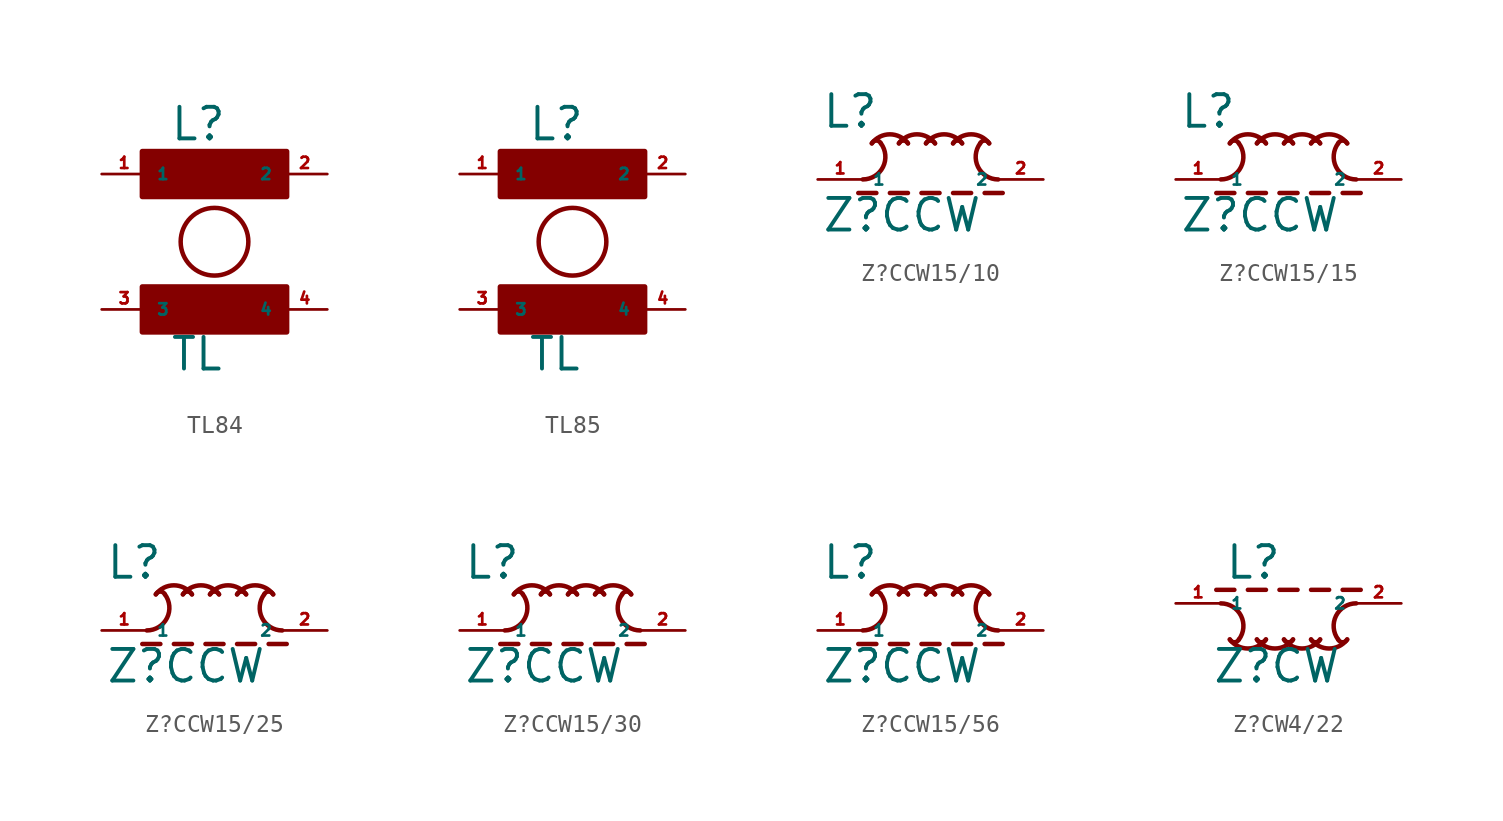
<source format=kicad_sym>
(kicad_symbol_lib
  (version 20220914)
  (generator kicad_symbol_editor)
  (symbol "TL84"
    (property "Reference" "L"
      (at -1.27 6.858 0)
      (effects (font (size 1.778 1.778) (thickness 0.22)) (justify left bottom)))
    (property "Value" "TL"
      (at -1.27 -6.096 0)
      (effects (font (size 1.778 1.778) (thickness 0.22)) (justify left bottom)))
    (symbol "TL84_1_1"
      (rectangle (start -2.794 -3.81) (end 5.334 -1.27) (stroke (width 0.3) (type default)) (fill (type outline)))
      (rectangle (start -2.794 3.81) (end 5.334 6.35) (stroke (width 0.3) (type default)) (fill (type outline)))
      (circle (center 1.27 1.27) (radius 1.905) (stroke (width 0.254) (type default)) (fill (type none)))
      (pin passive line (at -5.08 5.08 0) (length 2.54) (name "1" (effects (font (size 0.635 0.635)))) (number "1" (effects (font (size 0.635 0.635)))))
      (pin passive line (at 7.62 5.08 180) (length 2.54) (name "2" (effects (font (size 0.635 0.635)))) (number "2" (effects (font (size 0.635 0.635)))))
      (pin passive line (at -5.08 -2.54 0) (length 2.54) (name "3" (effects (font (size 0.635 0.635)))) (number "3" (effects (font (size 0.635 0.635)))))
      (pin passive line (at 7.62 -2.54 180) (length 2.54) (name "4" (effects (font (size 0.635 0.635)))) (number "4" (effects (font (size 0.635 0.635)))))))
  (symbol "TL85"
    (property "Reference" "L"
      (at -1.27 6.858 0)
      (effects (font (size 1.778 1.778) (thickness 0.22)) (justify left bottom)))
    (property "Value" "TL"
      (at -1.27 -6.096 0)
      (effects (font (size 1.778 1.778) (thickness 0.22)) (justify left bottom)))
    (symbol "TL85_1_1"
      (rectangle (start -2.794 -3.81) (end 5.334 -1.27) (stroke (width 0.3) (type default)) (fill (type outline)))
      (rectangle (start -2.794 3.81) (end 5.334 6.35) (stroke (width 0.3) (type default)) (fill (type outline)))
      (circle (center 1.27 1.27) (radius 1.905) (stroke (width 0.254) (type default)) (fill (type none)))
      (pin passive line (at -5.08 5.08 0) (length 2.54) (name "1" (effects (font (size 0.635 0.635)))) (number "1" (effects (font (size 0.635 0.635)))))
      (pin passive line (at 7.62 5.08 180) (length 2.54) (name "2" (effects (font (size 0.635 0.635)))) (number "2" (effects (font (size 0.635 0.635)))))
      (pin passive line (at -5.08 -2.54 0) (length 2.54) (name "3" (effects (font (size 0.635 0.635)))) (number "3" (effects (font (size 0.635 0.635)))))
      (pin passive line (at 7.62 -2.54 180) (length 2.54) (name "4" (effects (font (size 0.635 0.635)))) (number "4" (effects (font (size 0.635 0.635)))))))
  (symbol "Z?CCW15/10"
    (property "Reference" "L"
      (at -4.88 2.794 0)
      (effects (font (size 1.778 1.778) (thickness 0.22)) (justify left bottom)))
    (property "Value" "Z?CCW"
      (at -4.88 -3.048 0)
      (effects (font (size 1.778 1.778) (thickness 0.22)) (justify left bottom)))
    (symbol "Z?CCW15/10_1_1"
      (arc (start -2.54 0) (mid -1.404 0.702) (end -1.524 2.032) (stroke (width 0.254) (type default)) (fill (type none)))
      (arc (start -1.524 2.032) (mid -1.778 2.189) (end -2.032 2.032) (stroke (width 0.254) (type default)) (fill (type none)))
      (polyline (pts (xy -2.794 -0.762) (xy -1.778 -0.762)) (stroke (width 0.254) (type default)) (fill (type none)))
      (polyline (pts (xy -1.016 -0.762) (xy 0 -0.762)) (stroke (width 0.254) (type default)) (fill (type none)))
      (polyline (pts (xy 0.762 -0.762) (xy 1.778 -0.762)) (stroke (width 0.254) (type default)) (fill (type none)))
      (polyline (pts (xy 2.54 -0.762) (xy 3.556 -0.762)) (stroke (width 0.254) (type default)) (fill (type none)))
      (polyline (pts (xy 4.318 -0.762) (xy 5.334 -0.762)) (stroke (width 0.254) (type default)) (fill (type none)))
      (arc (start 0 2.032) (mid -1.016 2.54) (end -2.032 2.032) (stroke (width 0.254) (type default)) (fill (type none)))
      (arc (start 0 2.032) (mid -0.254 2.189) (end -0.508 2.032) (stroke (width 0.254) (type default)) (fill (type none)))
      (arc (start 1.524 2.032) (mid 0.508 2.54) (end -0.508 2.032) (stroke (width 0.254) (type default)) (fill (type none)))
      (arc (start 1.524 2.032) (mid 1.27 2.189) (end 1.016 2.032) (stroke (width 0.254) (type default)) (fill (type none)))
      (arc (start 3.048 2.032) (mid 2.032 2.54) (end 1.016 2.032) (stroke (width 0.254) (type default)) (fill (type none)))
      (arc (start 3.048 2.032) (mid 2.794 2.189) (end 2.54 2.032) (stroke (width 0.254) (type default)) (fill (type none)))
      (arc (start 4.064 2.032) (mid 3.944 0.702) (end 5.08 0) (stroke (width 0.254) (type default)) (fill (type none)))
      (arc (start 4.572 2.032) (mid 3.556 2.54) (end 2.54 2.032) (stroke (width 0.254) (type default)) (fill (type none)))
      (arc (start 4.572 2.032) (mid 4.318 2.189) (end 4.064 2.032) (stroke (width 0.254) (type default)) (fill (type none)))
      (pin passive line (at -5.08 0 0) (length 2.54) (name "1" (effects (font (size 0.635 0.635)))) (number "1" (effects (font (size 0.635 0.635)))))
      (pin passive line (at 7.62 0 180) (length 2.54) (name "2" (effects (font (size 0.635 0.635)))) (number "2" (effects (font (size 0.635 0.635)))))))
  (symbol "Z?CCW15/15"
    (property "Reference" "L"
      (at -4.88 2.794 0)
      (effects (font (size 1.778 1.778) (thickness 0.22)) (justify left bottom)))
    (property "Value" "Z?CCW"
      (at -4.88 -3.048 0)
      (effects (font (size 1.778 1.778) (thickness 0.22)) (justify left bottom)))
    (symbol "Z?CCW15/15_1_1"
      (arc (start -2.54 0) (mid -1.404 0.702) (end -1.524 2.032) (stroke (width 0.254) (type default)) (fill (type none)))
      (arc (start -1.524 2.032) (mid -1.778 2.189) (end -2.032 2.032) (stroke (width 0.254) (type default)) (fill (type none)))
      (polyline (pts (xy -2.794 -0.762) (xy -1.778 -0.762)) (stroke (width 0.254) (type default)) (fill (type none)))
      (polyline (pts (xy -1.016 -0.762) (xy 0 -0.762)) (stroke (width 0.254) (type default)) (fill (type none)))
      (polyline (pts (xy 0.762 -0.762) (xy 1.778 -0.762)) (stroke (width 0.254) (type default)) (fill (type none)))
      (polyline (pts (xy 2.54 -0.762) (xy 3.556 -0.762)) (stroke (width 0.254) (type default)) (fill (type none)))
      (polyline (pts (xy 4.318 -0.762) (xy 5.334 -0.762)) (stroke (width 0.254) (type default)) (fill (type none)))
      (arc (start 0 2.032) (mid -1.016 2.54) (end -2.032 2.032) (stroke (width 0.254) (type default)) (fill (type none)))
      (arc (start 0 2.032) (mid -0.254 2.189) (end -0.508 2.032) (stroke (width 0.254) (type default)) (fill (type none)))
      (arc (start 1.524 2.032) (mid 0.508 2.54) (end -0.508 2.032) (stroke (width 0.254) (type default)) (fill (type none)))
      (arc (start 1.524 2.032) (mid 1.27 2.189) (end 1.016 2.032) (stroke (width 0.254) (type default)) (fill (type none)))
      (arc (start 3.048 2.032) (mid 2.032 2.54) (end 1.016 2.032) (stroke (width 0.254) (type default)) (fill (type none)))
      (arc (start 3.048 2.032) (mid 2.794 2.189) (end 2.54 2.032) (stroke (width 0.254) (type default)) (fill (type none)))
      (arc (start 4.064 2.032) (mid 3.944 0.702) (end 5.08 0) (stroke (width 0.254) (type default)) (fill (type none)))
      (arc (start 4.572 2.032) (mid 3.556 2.54) (end 2.54 2.032) (stroke (width 0.254) (type default)) (fill (type none)))
      (arc (start 4.572 2.032) (mid 4.318 2.189) (end 4.064 2.032) (stroke (width 0.254) (type default)) (fill (type none)))
      (pin passive line (at -5.08 0 0) (length 2.54) (name "1" (effects (font (size 0.635 0.635)))) (number "1" (effects (font (size 0.635 0.635)))))
      (pin passive line (at 7.62 0 180) (length 2.54) (name "2" (effects (font (size 0.635 0.635)))) (number "2" (effects (font (size 0.635 0.635)))))))
  (symbol "Z?CCW15/25"
    (property "Reference" "L"
      (at -4.88 2.794 0)
      (effects (font (size 1.778 1.778) (thickness 0.22)) (justify left bottom)))
    (property "Value" "Z?CCW"
      (at -4.88 -3.048 0)
      (effects (font (size 1.778 1.778) (thickness 0.22)) (justify left bottom)))
    (symbol "Z?CCW15/25_1_1"
      (arc (start -2.54 0) (mid -1.404 0.702) (end -1.524 2.032) (stroke (width 0.254) (type default)) (fill (type none)))
      (arc (start -1.524 2.032) (mid -1.778 2.189) (end -2.032 2.032) (stroke (width 0.254) (type default)) (fill (type none)))
      (polyline (pts (xy -2.794 -0.762) (xy -1.778 -0.762)) (stroke (width 0.254) (type default)) (fill (type none)))
      (polyline (pts (xy -1.016 -0.762) (xy 0 -0.762)) (stroke (width 0.254) (type default)) (fill (type none)))
      (polyline (pts (xy 0.762 -0.762) (xy 1.778 -0.762)) (stroke (width 0.254) (type default)) (fill (type none)))
      (polyline (pts (xy 2.54 -0.762) (xy 3.556 -0.762)) (stroke (width 0.254) (type default)) (fill (type none)))
      (polyline (pts (xy 4.318 -0.762) (xy 5.334 -0.762)) (stroke (width 0.254) (type default)) (fill (type none)))
      (arc (start 0 2.032) (mid -1.016 2.54) (end -2.032 2.032) (stroke (width 0.254) (type default)) (fill (type none)))
      (arc (start 0 2.032) (mid -0.254 2.189) (end -0.508 2.032) (stroke (width 0.254) (type default)) (fill (type none)))
      (arc (start 1.524 2.032) (mid 0.508 2.54) (end -0.508 2.032) (stroke (width 0.254) (type default)) (fill (type none)))
      (arc (start 1.524 2.032) (mid 1.27 2.189) (end 1.016 2.032) (stroke (width 0.254) (type default)) (fill (type none)))
      (arc (start 3.048 2.032) (mid 2.032 2.54) (end 1.016 2.032) (stroke (width 0.254) (type default)) (fill (type none)))
      (arc (start 3.048 2.032) (mid 2.794 2.189) (end 2.54 2.032) (stroke (width 0.254) (type default)) (fill (type none)))
      (arc (start 4.064 2.032) (mid 3.944 0.702) (end 5.08 0) (stroke (width 0.254) (type default)) (fill (type none)))
      (arc (start 4.572 2.032) (mid 3.556 2.54) (end 2.54 2.032) (stroke (width 0.254) (type default)) (fill (type none)))
      (arc (start 4.572 2.032) (mid 4.318 2.189) (end 4.064 2.032) (stroke (width 0.254) (type default)) (fill (type none)))
      (pin passive line (at -5.08 0 0) (length 2.54) (name "1" (effects (font (size 0.635 0.635)))) (number "1" (effects (font (size 0.635 0.635)))))
      (pin passive line (at 7.62 0 180) (length 2.54) (name "2" (effects (font (size 0.635 0.635)))) (number "2" (effects (font (size 0.635 0.635)))))))
  (symbol "Z?CCW15/30"
    (property "Reference" "L"
      (at -4.88 2.794 0)
      (effects (font (size 1.778 1.778) (thickness 0.22)) (justify left bottom)))
    (property "Value" "Z?CCW"
      (at -4.88 -3.048 0)
      (effects (font (size 1.778 1.778) (thickness 0.22)) (justify left bottom)))
    (symbol "Z?CCW15/30_1_1"
      (arc (start -2.54 0) (mid -1.404 0.702) (end -1.524 2.032) (stroke (width 0.254) (type default)) (fill (type none)))
      (arc (start -1.524 2.032) (mid -1.778 2.189) (end -2.032 2.032) (stroke (width 0.254) (type default)) (fill (type none)))
      (polyline (pts (xy -2.794 -0.762) (xy -1.778 -0.762)) (stroke (width 0.254) (type default)) (fill (type none)))
      (polyline (pts (xy -1.016 -0.762) (xy 0 -0.762)) (stroke (width 0.254) (type default)) (fill (type none)))
      (polyline (pts (xy 0.762 -0.762) (xy 1.778 -0.762)) (stroke (width 0.254) (type default)) (fill (type none)))
      (polyline (pts (xy 2.54 -0.762) (xy 3.556 -0.762)) (stroke (width 0.254) (type default)) (fill (type none)))
      (polyline (pts (xy 4.318 -0.762) (xy 5.334 -0.762)) (stroke (width 0.254) (type default)) (fill (type none)))
      (arc (start 0 2.032) (mid -1.016 2.54) (end -2.032 2.032) (stroke (width 0.254) (type default)) (fill (type none)))
      (arc (start 0 2.032) (mid -0.254 2.189) (end -0.508 2.032) (stroke (width 0.254) (type default)) (fill (type none)))
      (arc (start 1.524 2.032) (mid 0.508 2.54) (end -0.508 2.032) (stroke (width 0.254) (type default)) (fill (type none)))
      (arc (start 1.524 2.032) (mid 1.27 2.189) (end 1.016 2.032) (stroke (width 0.254) (type default)) (fill (type none)))
      (arc (start 3.048 2.032) (mid 2.032 2.54) (end 1.016 2.032) (stroke (width 0.254) (type default)) (fill (type none)))
      (arc (start 3.048 2.032) (mid 2.794 2.189) (end 2.54 2.032) (stroke (width 0.254) (type default)) (fill (type none)))
      (arc (start 4.064 2.032) (mid 3.944 0.702) (end 5.08 0) (stroke (width 0.254) (type default)) (fill (type none)))
      (arc (start 4.572 2.032) (mid 3.556 2.54) (end 2.54 2.032) (stroke (width 0.254) (type default)) (fill (type none)))
      (arc (start 4.572 2.032) (mid 4.318 2.189) (end 4.064 2.032) (stroke (width 0.254) (type default)) (fill (type none)))
      (pin passive line (at -5.08 0 0) (length 2.54) (name "1" (effects (font (size 0.635 0.635)))) (number "1" (effects (font (size 0.635 0.635)))))
      (pin passive line (at 7.62 0 180) (length 2.54) (name "2" (effects (font (size 0.635 0.635)))) (number "2" (effects (font (size 0.635 0.635)))))))
  (symbol "Z?CCW15/56"
    (property "Reference" "L"
      (at -4.88 2.794 0)
      (effects (font (size 1.778 1.778) (thickness 0.22)) (justify left bottom)))
    (property "Value" "Z?CCW"
      (at -4.88 -3.048 0)
      (effects (font (size 1.778 1.778) (thickness 0.22)) (justify left bottom)))
    (symbol "Z?CCW15/56_1_1"
      (arc (start -2.54 0) (mid -1.404 0.702) (end -1.524 2.032) (stroke (width 0.254) (type default)) (fill (type none)))
      (arc (start -1.524 2.032) (mid -1.778 2.189) (end -2.032 2.032) (stroke (width 0.254) (type default)) (fill (type none)))
      (polyline (pts (xy -2.794 -0.762) (xy -1.778 -0.762)) (stroke (width 0.254) (type default)) (fill (type none)))
      (polyline (pts (xy -1.016 -0.762) (xy 0 -0.762)) (stroke (width 0.254) (type default)) (fill (type none)))
      (polyline (pts (xy 0.762 -0.762) (xy 1.778 -0.762)) (stroke (width 0.254) (type default)) (fill (type none)))
      (polyline (pts (xy 2.54 -0.762) (xy 3.556 -0.762)) (stroke (width 0.254) (type default)) (fill (type none)))
      (polyline (pts (xy 4.318 -0.762) (xy 5.334 -0.762)) (stroke (width 0.254) (type default)) (fill (type none)))
      (arc (start 0 2.032) (mid -1.016 2.54) (end -2.032 2.032) (stroke (width 0.254) (type default)) (fill (type none)))
      (arc (start 0 2.032) (mid -0.254 2.189) (end -0.508 2.032) (stroke (width 0.254) (type default)) (fill (type none)))
      (arc (start 1.524 2.032) (mid 0.508 2.54) (end -0.508 2.032) (stroke (width 0.254) (type default)) (fill (type none)))
      (arc (start 1.524 2.032) (mid 1.27 2.189) (end 1.016 2.032) (stroke (width 0.254) (type default)) (fill (type none)))
      (arc (start 3.048 2.032) (mid 2.032 2.54) (end 1.016 2.032) (stroke (width 0.254) (type default)) (fill (type none)))
      (arc (start 3.048 2.032) (mid 2.794 2.189) (end 2.54 2.032) (stroke (width 0.254) (type default)) (fill (type none)))
      (arc (start 4.064 2.032) (mid 3.944 0.702) (end 5.08 0) (stroke (width 0.254) (type default)) (fill (type none)))
      (arc (start 4.572 2.032) (mid 3.556 2.54) (end 2.54 2.032) (stroke (width 0.254) (type default)) (fill (type none)))
      (arc (start 4.572 2.032) (mid 4.318 2.189) (end 4.064 2.032) (stroke (width 0.254) (type default)) (fill (type none)))
      (pin passive line (at -5.08 0 0) (length 2.54) (name "1" (effects (font (size 0.635 0.635)))) (number "1" (effects (font (size 0.635 0.635)))))
      (pin passive line (at 7.62 0 180) (length 2.54) (name "2" (effects (font (size 0.635 0.635)))) (number "2" (effects (font (size 0.635 0.635)))))))
  (symbol "Z?CW4/22"
    (property "Reference" "L"
      (at -2.34 1.27 0)
      (effects (font (size 1.778 1.778) (thickness 0.22)) (justify left bottom)))
    (property "Value" "Z?CW"
      (at -3.048 -4.572 0)
      (effects (font (size 1.778 1.778) (thickness 0.22)) (justify left bottom)))
    (symbol "Z?CW4/22_1_1"
      (arc (start -2.032 -2.032) (mid -1.778 -2.189) (end -1.524 -2.032) (stroke (width 0.254) (type default)) (fill (type none)))
      (arc (start -2.032 -2.032) (mid -1.016 -2.54) (end 0 -2.032) (stroke (width 0.254) (type default)) (fill (type none)))
      (arc (start -1.524 -2.032) (mid -1.404 -0.702) (end -2.54 0) (stroke (width 0.254) (type default)) (fill (type none)))
      (arc (start -0.508 -2.032) (mid -0.254 -2.189) (end 0 -2.032) (stroke (width 0.254) (type default)) (fill (type none)))
      (arc (start -0.508 -2.032) (mid 0.508 -2.54) (end 1.524 -2.032) (stroke (width 0.254) (type default)) (fill (type none)))
      (polyline (pts (xy -2.794 0.762) (xy -1.778 0.762)) (stroke (width 0.254) (type default)) (fill (type none)))
      (polyline (pts (xy -1.016 0.762) (xy 0 0.762)) (stroke (width 0.254) (type default)) (fill (type none)))
      (polyline (pts (xy 0.762 0.762) (xy 1.778 0.762)) (stroke (width 0.254) (type default)) (fill (type none)))
      (polyline (pts (xy 2.54 0.762) (xy 3.556 0.762)) (stroke (width 0.254) (type default)) (fill (type none)))
      (polyline (pts (xy 4.318 0.762) (xy 5.334 0.762)) (stroke (width 0.254) (type default)) (fill (type none)))
      (arc (start 1.016 -2.032) (mid 1.27 -2.189) (end 1.524 -2.032) (stroke (width 0.254) (type default)) (fill (type none)))
      (arc (start 1.016 -2.032) (mid 2.032 -2.54) (end 3.048 -2.032) (stroke (width 0.254) (type default)) (fill (type none)))
      (arc (start 2.54 -2.032) (mid 2.794 -2.189) (end 3.048 -2.032) (stroke (width 0.254) (type default)) (fill (type none)))
      (arc (start 2.54 -2.032) (mid 3.556 -2.54) (end 4.572 -2.032) (stroke (width 0.254) (type default)) (fill (type none)))
      (arc (start 4.064 -2.032) (mid 4.318 -2.189) (end 4.572 -2.032) (stroke (width 0.254) (type default)) (fill (type none)))
      (arc (start 5.08 0) (mid 3.944 -0.702) (end 4.064 -2.032) (stroke (width 0.254) (type default)) (fill (type none)))
      (pin passive line (at -5.08 0 0) (length 2.54) (name "1" (effects (font (size 0.635 0.635)))) (number "1" (effects (font (size 0.635 0.635)))))
      (pin passive line (at 7.62 0 180) (length 2.54) (name "2" (effects (font (size 0.635 0.635)))) (number "2" (effects (font (size 0.635 0.635))))))))
</source>
